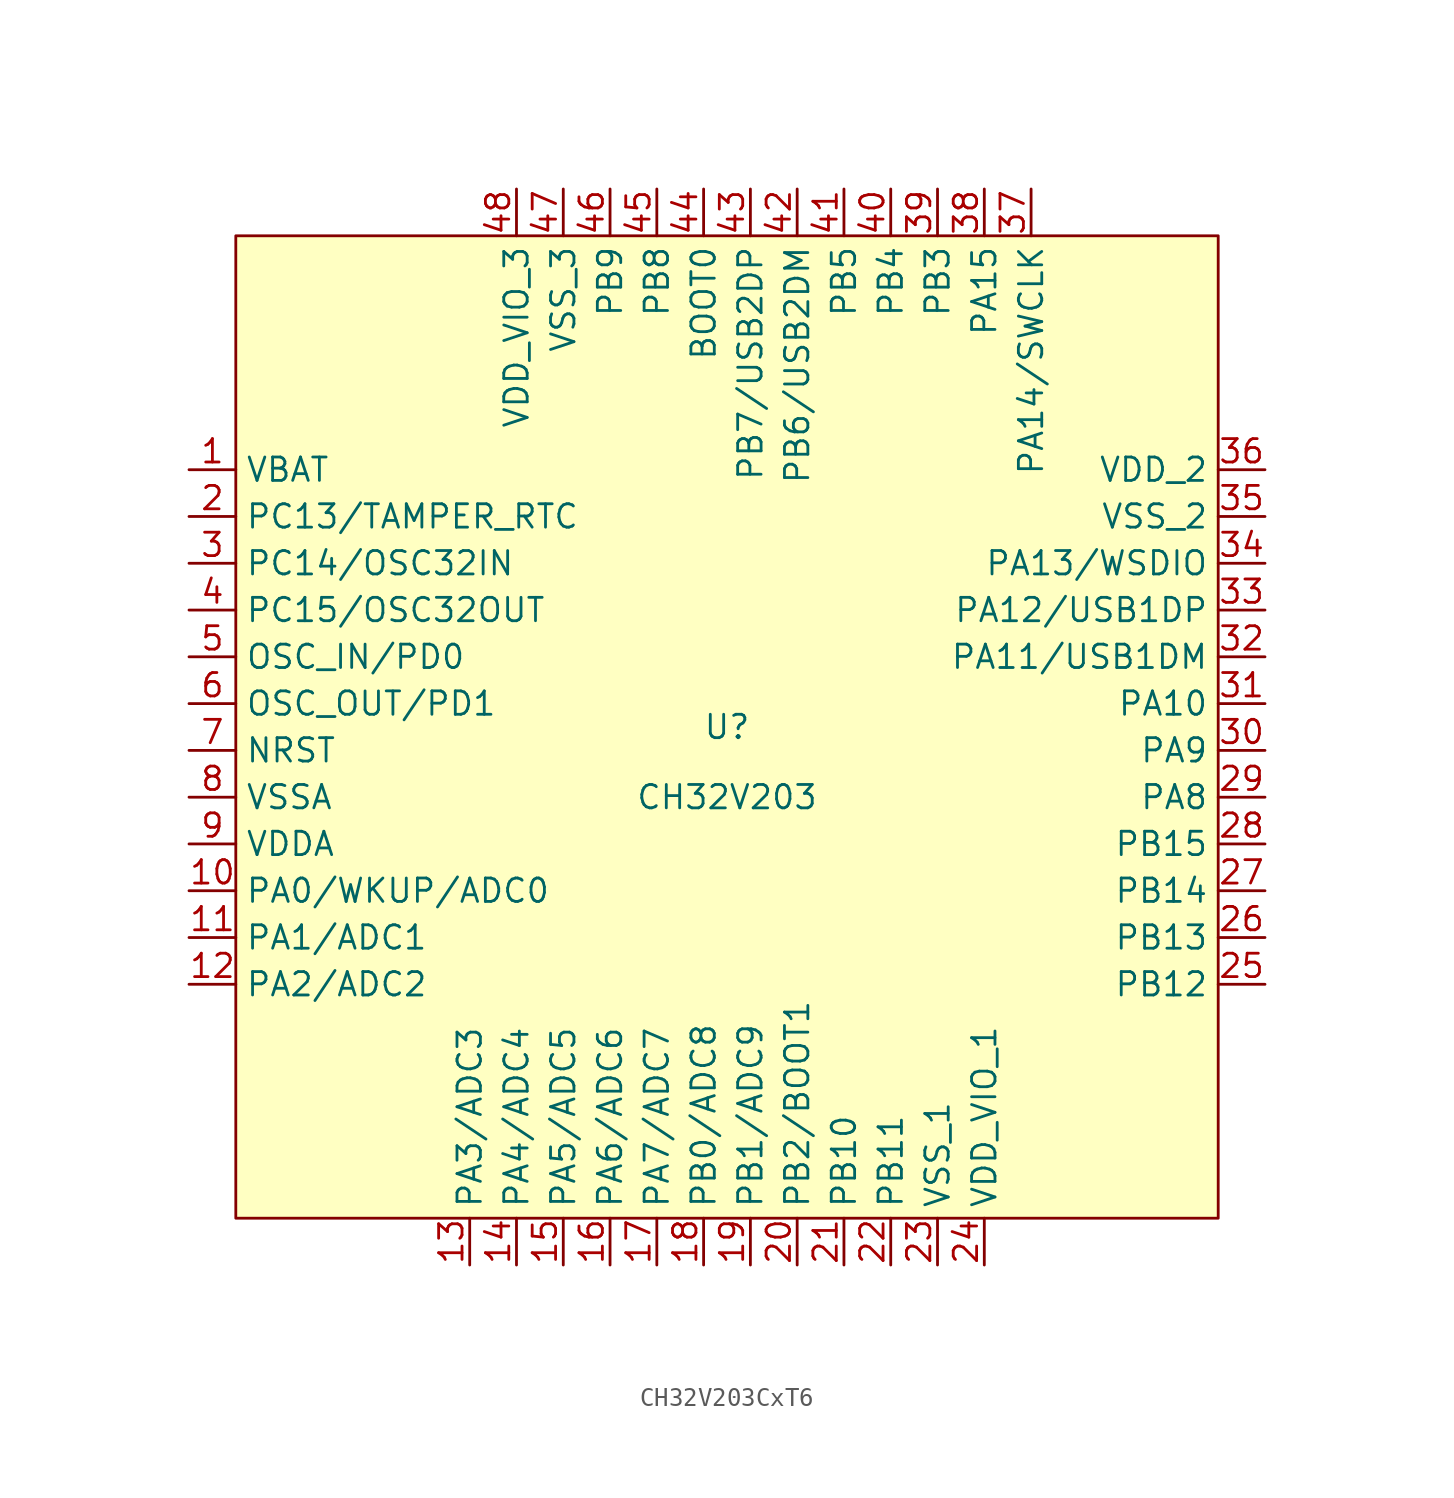
<source format=kicad_sym>
(kicad_symbol_lib
  (version 20220914)
  (generator kicad_symbol_editor)
  (symbol "CH32V203CxT6"
    (property "Reference" "U"
      (at 0 0 0)
      (effects (font (size 1.27 1.27))))
    (property "Value" "CH32V203"
      (at 0 -3.81 0)
      (effects (font (size 1.27 1.27))))
    (symbol "CH32V203CxT6_1_1"
      (rectangle (start -26.67 26.67) (end 26.67 -26.67) (stroke (width 0) (type default)) (fill (type background)))
      (pin power_in line (at -29.21 13.97 0) (length 2.54) (name "VBAT" (effects (font (size 1.27 1.27)))) (number "1" (effects (font (size 1.27 1.27)))))
      (pin bidirectional line (at -29.21 -8.89 0) (length 2.54) (name "PA0/WKUP/ADC0" (effects (font (size 1.27 1.27)))) (number "10" (effects (font (size 1.27 1.27)))))
      (pin bidirectional line (at -29.21 -11.43 0) (length 2.54) (name "PA1/ADC1" (effects (font (size 1.27 1.27)))) (number "11" (effects (font (size 1.27 1.27)))))
      (pin bidirectional line (at -29.21 -13.97 0) (length 2.54) (name "PA2/ADC2" (effects (font (size 1.27 1.27)))) (number "12" (effects (font (size 1.27 1.27)))))
      (pin bidirectional line (at -13.97 -29.21 90) (length 2.54) (name "PA3/ADC3" (effects (font (size 1.27 1.27)))) (number "13" (effects (font (size 1.27 1.27)))))
      (pin bidirectional line (at -11.43 -29.21 90) (length 2.54) (name "PA4/ADC4" (effects (font (size 1.27 1.27)))) (number "14" (effects (font (size 1.27 1.27)))))
      (pin bidirectional line (at -8.89 -29.21 90) (length 2.54) (name "PA5/ADC5" (effects (font (size 1.27 1.27)))) (number "15" (effects (font (size 1.27 1.27)))))
      (pin bidirectional line (at -6.35 -29.21 90) (length 2.54) (name "PA6/ADC6" (effects (font (size 1.27 1.27)))) (number "16" (effects (font (size 1.27 1.27)))))
      (pin bidirectional line (at -3.81 -29.21 90) (length 2.54) (name "PA7/ADC7" (effects (font (size 1.27 1.27)))) (number "17" (effects (font (size 1.27 1.27)))))
      (pin bidirectional line (at -1.27 -29.21 90) (length 2.54) (name "PB0/ADC8" (effects (font (size 1.27 1.27)))) (number "18" (effects (font (size 1.27 1.27)))))
      (pin bidirectional line (at 1.27 -29.21 90) (length 2.54) (name "PB1/ADC9" (effects (font (size 1.27 1.27)))) (number "19" (effects (font (size 1.27 1.27)))))
      (pin bidirectional line (at -29.21 11.43 0) (length 2.54) (name "PC13/TAMPER_RTC" (effects (font (size 1.27 1.27)))) (number "2" (effects (font (size 1.27 1.27)))))
      (pin bidirectional line (at 3.81 -29.21 90) (length 2.54) (name "PB2/BOOT1" (effects (font (size 1.27 1.27)))) (number "20" (effects (font (size 1.27 1.27)))))
      (pin bidirectional line (at 6.35 -29.21 90) (length 2.54) (name "PB10" (effects (font (size 1.27 1.27)))) (number "21" (effects (font (size 1.27 1.27)))))
      (pin bidirectional line (at 8.89 -29.21 90) (length 2.54) (name "PB11" (effects (font (size 1.27 1.27)))) (number "22" (effects (font (size 1.27 1.27)))))
      (pin power_in line (at 11.43 -29.21 90) (length 2.54) (name "VSS_1" (effects (font (size 1.27 1.27)))) (number "23" (effects (font (size 1.27 1.27)))))
      (pin power_in line (at 13.97 -29.21 90) (length 2.54) (name "VDD_VIO_1" (effects (font (size 1.27 1.27)))) (number "24" (effects (font (size 1.27 1.27)))))
      (pin bidirectional line (at 29.21 -13.97 180) (length 2.54) (name "PB12" (effects (font (size 1.27 1.27)))) (number "25" (effects (font (size 1.27 1.27)))))
      (pin bidirectional line (at 29.21 -11.43 180) (length 2.54) (name "PB13" (effects (font (size 1.27 1.27)))) (number "26" (effects (font (size 1.27 1.27)))))
      (pin bidirectional line (at 29.21 -8.89 180) (length 2.54) (name "PB14" (effects (font (size 1.27 1.27)))) (number "27" (effects (font (size 1.27 1.27)))))
      (pin bidirectional line (at 29.21 -6.35 180) (length 2.54) (name "PB15" (effects (font (size 1.27 1.27)))) (number "28" (effects (font (size 1.27 1.27)))))
      (pin bidirectional line (at 29.21 -3.81 180) (length 2.54) (name "PA8" (effects (font (size 1.27 1.27)))) (number "29" (effects (font (size 1.27 1.27)))))
      (pin bidirectional line (at -29.21 8.89 0) (length 2.54) (name "PC14/OSC32IN" (effects (font (size 1.27 1.27)))) (number "3" (effects (font (size 1.27 1.27)))))
      (pin bidirectional line (at 29.21 -1.27 180) (length 2.54) (name "PA9" (effects (font (size 1.27 1.27)))) (number "30" (effects (font (size 1.27 1.27)))))
      (pin bidirectional line (at 29.21 1.27 180) (length 2.54) (name "PA10" (effects (font (size 1.27 1.27)))) (number "31" (effects (font (size 1.27 1.27)))))
      (pin bidirectional line (at 29.21 3.81 180) (length 2.54) (name "PA11/USB1DM" (effects (font (size 1.27 1.27)))) (number "32" (effects (font (size 1.27 1.27)))))
      (pin bidirectional line (at 29.21 6.35 180) (length 2.54) (name "PA12/USB1DP" (effects (font (size 1.27 1.27)))) (number "33" (effects (font (size 1.27 1.27)))))
      (pin bidirectional line (at 29.21 8.89 180) (length 2.54) (name "PA13/WSDIO" (effects (font (size 1.27 1.27)))) (number "34" (effects (font (size 1.27 1.27)))))
      (pin power_in line (at 29.21 11.43 180) (length 2.54) (name "VSS_2" (effects (font (size 1.27 1.27)))) (number "35" (effects (font (size 1.27 1.27)))))
      (pin power_in line (at 29.21 13.97 180) (length 2.54) (name "VDD_2" (effects (font (size 1.27 1.27)))) (number "36" (effects (font (size 1.27 1.27)))))
      (pin bidirectional line (at 16.51 29.21 270) (length 2.54) (name "PA14/SWCLK" (effects (font (size 1.27 1.27)))) (number "37" (effects (font (size 1.27 1.27)))))
      (pin bidirectional line (at 13.97 29.21 270) (length 2.54) (name "PA15" (effects (font (size 1.27 1.27)))) (number "38" (effects (font (size 1.27 1.27)))))
      (pin bidirectional line (at 11.43 29.21 270) (length 2.54) (name "PB3" (effects (font (size 1.27 1.27)))) (number "39" (effects (font (size 1.27 1.27)))))
      (pin bidirectional line (at -29.21 6.35 0) (length 2.54) (name "PC15/OSC32OUT" (effects (font (size 1.27 1.27)))) (number "4" (effects (font (size 1.27 1.27)))))
      (pin bidirectional line (at 8.89 29.21 270) (length 2.54) (name "PB4" (effects (font (size 1.27 1.27)))) (number "40" (effects (font (size 1.27 1.27)))))
      (pin bidirectional line (at 6.35 29.21 270) (length 2.54) (name "PB5" (effects (font (size 1.27 1.27)))) (number "41" (effects (font (size 1.27 1.27)))))
      (pin bidirectional line (at 3.81 29.21 270) (length 2.54) (name "PB6/USB2DM" (effects (font (size 1.27 1.27)))) (number "42" (effects (font (size 1.27 1.27)))))
      (pin bidirectional line (at 1.27 29.21 270) (length 2.54) (name "PB7/USB2DP" (effects (font (size 1.27 1.27)))) (number "43" (effects (font (size 1.27 1.27)))))
      (pin input line (at -1.27 29.21 270) (length 2.54) (name "BOOT0" (effects (font (size 1.27 1.27)))) (number "44" (effects (font (size 1.27 1.27)))))
      (pin bidirectional line (at -3.81 29.21 270) (length 2.54) (name "PB8" (effects (font (size 1.27 1.27)))) (number "45" (effects (font (size 1.27 1.27)))))
      (pin bidirectional line (at -6.35 29.21 270) (length 2.54) (name "PB9" (effects (font (size 1.27 1.27)))) (number "46" (effects (font (size 1.27 1.27)))))
      (pin power_in line (at -8.89 29.21 270) (length 2.54) (name "VSS_3" (effects (font (size 1.27 1.27)))) (number "47" (effects (font (size 1.27 1.27)))))
      (pin power_in line (at -11.43 29.21 270) (length 2.54) (name "VDD_VIO_3" (effects (font (size 1.27 1.27)))) (number "48" (effects (font (size 1.27 1.27)))))
      (pin bidirectional line (at -29.21 3.81 0) (length 2.54) (name "OSC_IN/PD0" (effects (font (size 1.27 1.27)))) (number "5" (effects (font (size 1.27 1.27)))))
      (pin bidirectional line (at -29.21 1.27 0) (length 2.54) (name "OSC_OUT/PD1" (effects (font (size 1.27 1.27)))) (number "6" (effects (font (size 1.27 1.27)))))
      (pin input line (at -29.21 -1.27 0) (length 2.54) (name "NRST" (effects (font (size 1.27 1.27)))) (number "7" (effects (font (size 1.27 1.27)))))
      (pin power_in line (at -29.21 -3.81 0) (length 2.54) (name "VSSA" (effects (font (size 1.27 1.27)))) (number "8" (effects (font (size 1.27 1.27)))))
      (pin power_in line (at -29.21 -6.35 0) (length 2.54) (name "VDDA" (effects (font (size 1.27 1.27)))) (number "9" (effects (font (size 1.27 1.27))))))))
</source>
